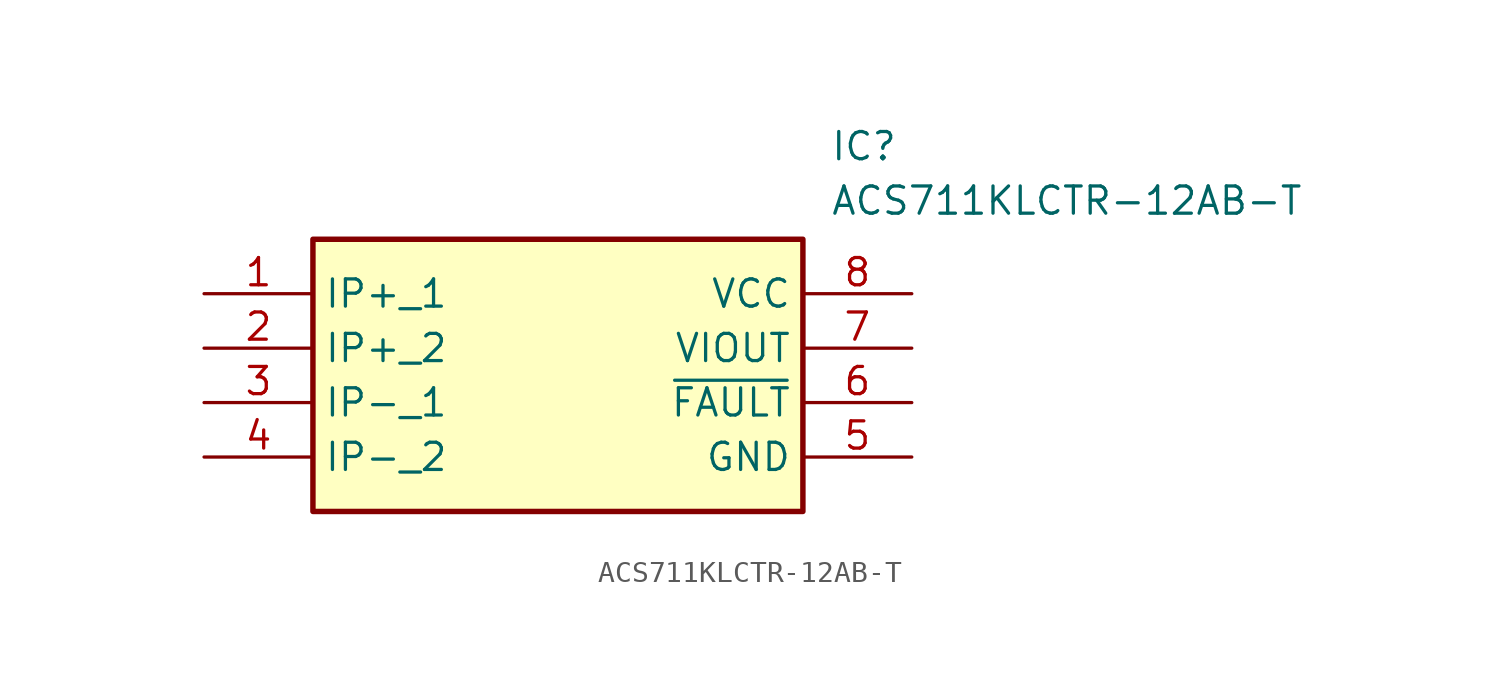
<source format=kicad_sym>
(kicad_symbol_lib
  (version 20211014)
  (generator SamacSys_ECAD_Model)
  (symbol "ACS711KLCTR-12AB-T"
    (property "Reference" "IC"
      (at 29.21 7.62 0)
      (effects (font (size 1.27 1.27)) (justify left top)))
    (property "Value" "ACS711KLCTR-12AB-T"
      (at 29.21 5.08 0)
      (effects (font (size 1.27 1.27)) (justify left top)))
    (rectangle
      (start 5.08 2.54)
      (end 27.94 -10.16)
      (stroke (width 0.254) (type default))
      (fill (type background)))
    (pin passive line
      (at 0 0 0)
      (length 5.08)
      (name "IP+_1" (effects (font (size 1.27 1.27))))
      (number "1" (effects (font (size 1.27 1.27)))))
    (pin passive line
      (at 0 -2.54 0)
      (length 5.08)
      (name "IP+_2" (effects (font (size 1.27 1.27))))
      (number "2" (effects (font (size 1.27 1.27)))))
    (pin passive line
      (at 0 -5.08 0)
      (length 5.08)
      (name "IP-_1" (effects (font (size 1.27 1.27))))
      (number "3" (effects (font (size 1.27 1.27)))))
    (pin passive line
      (at 0 -7.62 0)
      (length 5.08)
      (name "IP-_2" (effects (font (size 1.27 1.27))))
      (number "4" (effects (font (size 1.27 1.27)))))
    (pin passive line
      (at 33.02 0 180)
      (length 5.08)
      (name "VCC" (effects (font (size 1.27 1.27))))
      (number "8" (effects (font (size 1.27 1.27)))))
    (pin passive line
      (at 33.02 -2.54 180)
      (length 5.08)
      (name "VIOUT" (effects (font (size 1.27 1.27))))
      (number "7" (effects (font (size 1.27 1.27)))))
    (pin passive line
      (at 33.02 -5.08 180)
      (length 5.08)
      (name "~{FAULT}" (effects (font (size 1.27 1.27))))
      (number "6" (effects (font (size 1.27 1.27)))))
    (pin passive line
      (at 33.02 -7.62 180)
      (length 5.08)
      (name "GND" (effects (font (size 1.27 1.27))))
      (number "5" (effects (font (size 1.27 1.27)))))))
</source>
